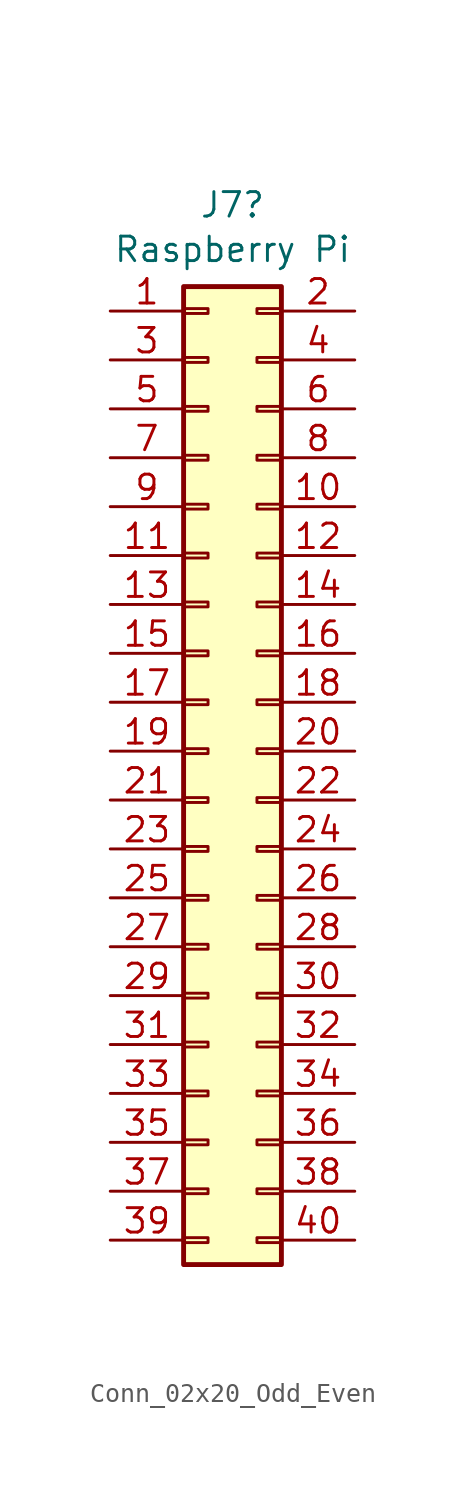
<source format=kicad_sym>
(kicad_symbol_lib
  (version 20241209)
  (generator "kicad_symbol_editor")
  (generator_version "9.0")
  (symbol "Conn_02x20_Odd_Even"
    (pin_names
      (offset 1.016)
      (hide yes))
    (property "Reference" "J7"
      (at 1.27 28.372 0)
      (effects (font (size 1.27 1.27))))
    (property "Value" "Raspberry Pi"
      (at 1.27 26.06 0)
      (effects (font (size 1.27 1.27))))
    (symbol "Conn_02x20_Odd_Even_1_1"
      (rectangle (start -1.27 24.13) (end 3.81 -26.67) (stroke (width 0.254) (type default)) (fill (type background)))
      (rectangle (start -1.27 22.987) (end 0 22.733) (stroke (width 0.152) (type default)) (fill (type none)))
      (rectangle (start -1.27 20.447) (end 0 20.193) (stroke (width 0.152) (type default)) (fill (type none)))
      (rectangle (start -1.27 17.907) (end 0 17.653) (stroke (width 0.152) (type default)) (fill (type none)))
      (rectangle (start -1.27 15.367) (end 0 15.113) (stroke (width 0.152) (type default)) (fill (type none)))
      (rectangle (start -1.27 12.827) (end 0 12.573) (stroke (width 0.152) (type default)) (fill (type none)))
      (rectangle (start -1.27 10.287) (end 0 10.033) (stroke (width 0.152) (type default)) (fill (type none)))
      (rectangle (start -1.27 7.747) (end 0 7.493) (stroke (width 0.152) (type default)) (fill (type none)))
      (rectangle (start -1.27 5.207) (end 0 4.953) (stroke (width 0.152) (type default)) (fill (type none)))
      (rectangle (start -1.27 2.667) (end 0 2.413) (stroke (width 0.152) (type default)) (fill (type none)))
      (rectangle (start -1.27 0.127) (end 0 -0.127) (stroke (width 0.152) (type default)) (fill (type none)))
      (rectangle (start -1.27 -2.413) (end 0 -2.667) (stroke (width 0.152) (type default)) (fill (type none)))
      (rectangle (start -1.27 -4.953) (end 0 -5.207) (stroke (width 0.152) (type default)) (fill (type none)))
      (rectangle (start -1.27 -7.493) (end 0 -7.747) (stroke (width 0.152) (type default)) (fill (type none)))
      (rectangle (start -1.27 -10.033) (end 0 -10.287) (stroke (width 0.152) (type default)) (fill (type none)))
      (rectangle (start -1.27 -12.573) (end 0 -12.827) (stroke (width 0.152) (type default)) (fill (type none)))
      (rectangle (start -1.27 -15.113) (end 0 -15.367) (stroke (width 0.152) (type default)) (fill (type none)))
      (rectangle (start -1.27 -17.653) (end 0 -17.907) (stroke (width 0.152) (type default)) (fill (type none)))
      (rectangle (start -1.27 -20.193) (end 0 -20.447) (stroke (width 0.152) (type default)) (fill (type none)))
      (rectangle (start -1.27 -22.733) (end 0 -22.987) (stroke (width 0.152) (type default)) (fill (type none)))
      (rectangle (start -1.27 -25.273) (end 0 -25.527) (stroke (width 0.152) (type default)) (fill (type none)))
      (rectangle (start 3.81 22.987) (end 2.54 22.733) (stroke (width 0.152) (type default)) (fill (type none)))
      (rectangle (start 3.81 20.447) (end 2.54 20.193) (stroke (width 0.152) (type default)) (fill (type none)))
      (rectangle (start 3.81 17.907) (end 2.54 17.653) (stroke (width 0.152) (type default)) (fill (type none)))
      (rectangle (start 3.81 15.367) (end 2.54 15.113) (stroke (width 0.152) (type default)) (fill (type none)))
      (rectangle (start 3.81 12.827) (end 2.54 12.573) (stroke (width 0.152) (type default)) (fill (type none)))
      (rectangle (start 3.81 10.287) (end 2.54 10.033) (stroke (width 0.152) (type default)) (fill (type none)))
      (rectangle (start 3.81 7.747) (end 2.54 7.493) (stroke (width 0.152) (type default)) (fill (type none)))
      (rectangle (start 3.81 5.207) (end 2.54 4.953) (stroke (width 0.152) (type default)) (fill (type none)))
      (rectangle (start 3.81 2.667) (end 2.54 2.413) (stroke (width 0.152) (type default)) (fill (type none)))
      (rectangle (start 3.81 0.127) (end 2.54 -0.127) (stroke (width 0.152) (type default)) (fill (type none)))
      (rectangle (start 3.81 -2.413) (end 2.54 -2.667) (stroke (width 0.152) (type default)) (fill (type none)))
      (rectangle (start 3.81 -4.953) (end 2.54 -5.207) (stroke (width 0.152) (type default)) (fill (type none)))
      (rectangle (start 3.81 -7.493) (end 2.54 -7.747) (stroke (width 0.152) (type default)) (fill (type none)))
      (rectangle (start 3.81 -10.033) (end 2.54 -10.287) (stroke (width 0.152) (type default)) (fill (type none)))
      (rectangle (start 3.81 -12.573) (end 2.54 -12.827) (stroke (width 0.152) (type default)) (fill (type none)))
      (rectangle (start 3.81 -15.113) (end 2.54 -15.367) (stroke (width 0.152) (type default)) (fill (type none)))
      (rectangle (start 3.81 -17.653) (end 2.54 -17.907) (stroke (width 0.152) (type default)) (fill (type none)))
      (rectangle (start 3.81 -20.193) (end 2.54 -20.447) (stroke (width 0.152) (type default)) (fill (type none)))
      (rectangle (start 3.81 -22.733) (end 2.54 -22.987) (stroke (width 0.152) (type default)) (fill (type none)))
      (rectangle (start 3.81 -25.273) (end 2.54 -25.527) (stroke (width 0.152) (type default)) (fill (type none)))
      (pin passive line (at -5.08 22.86 0) (length 3.81) (name "Pin_1" (effects (font (size 1.27 1.27)))) (number "1" (effects (font (size 1.27 1.27)))))
      (pin passive line (at -5.08 20.32 0) (length 3.81) (name "Pin_3" (effects (font (size 1.27 1.27)))) (number "3" (effects (font (size 1.27 1.27)))))
      (pin passive line (at -5.08 17.78 0) (length 3.81) (name "Pin_5" (effects (font (size 1.27 1.27)))) (number "5" (effects (font (size 1.27 1.27)))))
      (pin passive line (at -5.08 15.24 0) (length 3.81) (name "Pin_7" (effects (font (size 1.27 1.27)))) (number "7" (effects (font (size 1.27 1.27)))))
      (pin passive line (at -5.08 12.7 0) (length 3.81) (name "Pin_9" (effects (font (size 1.27 1.27)))) (number "9" (effects (font (size 1.27 1.27)))))
      (pin passive line (at -5.08 10.16 0) (length 3.81) (name "Pin_11" (effects (font (size 1.27 1.27)))) (number "11" (effects (font (size 1.27 1.27)))))
      (pin passive line (at -5.08 7.62 0) (length 3.81) (name "Pin_13" (effects (font (size 1.27 1.27)))) (number "13" (effects (font (size 1.27 1.27)))))
      (pin passive line (at -5.08 5.08 0) (length 3.81) (name "Pin_15" (effects (font (size 1.27 1.27)))) (number "15" (effects (font (size 1.27 1.27)))))
      (pin power_out line (at -5.08 2.54 0) (length 3.81) (name "Pin_17" (effects (font (size 1.27 1.27)))) (number "17" (effects (font (size 1.27 1.27)))))
      (pin passive line (at -5.08 0 0) (length 3.81) (name "Pin_19" (effects (font (size 1.27 1.27)))) (number "19" (effects (font (size 1.27 1.27)))))
      (pin passive line (at -5.08 -2.54 0) (length 3.81) (name "Pin_21" (effects (font (size 1.27 1.27)))) (number "21" (effects (font (size 1.27 1.27)))))
      (pin passive line (at -5.08 -5.08 0) (length 3.81) (name "Pin_23" (effects (font (size 1.27 1.27)))) (number "23" (effects (font (size 1.27 1.27)))))
      (pin passive line (at -5.08 -7.62 0) (length 3.81) (name "Pin_25" (effects (font (size 1.27 1.27)))) (number "25" (effects (font (size 1.27 1.27)))))
      (pin passive line (at -5.08 -10.16 0) (length 3.81) (name "Pin_27" (effects (font (size 1.27 1.27)))) (number "27" (effects (font (size 1.27 1.27)))))
      (pin passive line (at -5.08 -12.7 0) (length 3.81) (name "Pin_29" (effects (font (size 1.27 1.27)))) (number "29" (effects (font (size 1.27 1.27)))))
      (pin passive line (at -5.08 -15.24 0) (length 3.81) (name "Pin_31" (effects (font (size 1.27 1.27)))) (number "31" (effects (font (size 1.27 1.27)))))
      (pin passive line (at -5.08 -17.78 0) (length 3.81) (name "Pin_33" (effects (font (size 1.27 1.27)))) (number "33" (effects (font (size 1.27 1.27)))))
      (pin passive line (at -5.08 -20.32 0) (length 3.81) (name "Pin_35" (effects (font (size 1.27 1.27)))) (number "35" (effects (font (size 1.27 1.27)))))
      (pin passive line (at -5.08 -22.86 0) (length 3.81) (name "Pin_37" (effects (font (size 1.27 1.27)))) (number "37" (effects (font (size 1.27 1.27)))))
      (pin passive line (at -5.08 -25.4 0) (length 3.81) (name "Pin_39" (effects (font (size 1.27 1.27)))) (number "39" (effects (font (size 1.27 1.27)))))
      (pin passive line (at 7.62 22.86 180) (length 3.81) (name "Pin_2" (effects (font (size 1.27 1.27)))) (number "2" (effects (font (size 1.27 1.27)))))
      (pin passive line (at 7.62 20.32 180) (length 3.81) (name "Pin_4" (effects (font (size 1.27 1.27)))) (number "4" (effects (font (size 1.27 1.27)))))
      (pin passive line (at 7.62 17.78 180) (length 3.81) (name "Pin_6" (effects (font (size 1.27 1.27)))) (number "6" (effects (font (size 1.27 1.27)))))
      (pin passive line (at 7.62 15.24 180) (length 3.81) (name "Pin_8" (effects (font (size 1.27 1.27)))) (number "8" (effects (font (size 1.27 1.27)))))
      (pin passive line (at 7.62 12.7 180) (length 3.81) (name "Pin_10" (effects (font (size 1.27 1.27)))) (number "10" (effects (font (size 1.27 1.27)))))
      (pin passive line (at 7.62 10.16 180) (length 3.81) (name "Pin_12" (effects (font (size 1.27 1.27)))) (number "12" (effects (font (size 1.27 1.27)))))
      (pin passive line (at 7.62 7.62 180) (length 3.81) (name "Pin_14" (effects (font (size 1.27 1.27)))) (number "14" (effects (font (size 1.27 1.27)))))
      (pin passive line (at 7.62 5.08 180) (length 3.81) (name "Pin_16" (effects (font (size 1.27 1.27)))) (number "16" (effects (font (size 1.27 1.27)))))
      (pin passive line (at 7.62 2.54 180) (length 3.81) (name "Pin_18" (effects (font (size 1.27 1.27)))) (number "18" (effects (font (size 1.27 1.27)))))
      (pin passive line (at 7.62 0 180) (length 3.81) (name "Pin_20" (effects (font (size 1.27 1.27)))) (number "20" (effects (font (size 1.27 1.27)))))
      (pin passive line (at 7.62 -2.54 180) (length 3.81) (name "Pin_22" (effects (font (size 1.27 1.27)))) (number "22" (effects (font (size 1.27 1.27)))))
      (pin passive line (at 7.62 -5.08 180) (length 3.81) (name "Pin_24" (effects (font (size 1.27 1.27)))) (number "24" (effects (font (size 1.27 1.27)))))
      (pin passive line (at 7.62 -7.62 180) (length 3.81) (name "Pin_26" (effects (font (size 1.27 1.27)))) (number "26" (effects (font (size 1.27 1.27)))))
      (pin passive line (at 7.62 -10.16 180) (length 3.81) (name "Pin_28" (effects (font (size 1.27 1.27)))) (number "28" (effects (font (size 1.27 1.27)))))
      (pin passive line (at 7.62 -12.7 180) (length 3.81) (name "Pin_30" (effects (font (size 1.27 1.27)))) (number "30" (effects (font (size 1.27 1.27)))))
      (pin passive line (at 7.62 -15.24 180) (length 3.81) (name "Pin_32" (effects (font (size 1.27 1.27)))) (number "32" (effects (font (size 1.27 1.27)))))
      (pin passive line (at 7.62 -17.78 180) (length 3.81) (name "Pin_34" (effects (font (size 1.27 1.27)))) (number "34" (effects (font (size 1.27 1.27)))))
      (pin passive line (at 7.62 -20.32 180) (length 3.81) (name "Pin_36" (effects (font (size 1.27 1.27)))) (number "36" (effects (font (size 1.27 1.27)))))
      (pin passive line (at 7.62 -22.86 180) (length 3.81) (name "Pin_38" (effects (font (size 1.27 1.27)))) (number "38" (effects (font (size 1.27 1.27)))))
      (pin passive line (at 7.62 -25.4 180) (length 3.81) (name "Pin_40" (effects (font (size 1.27 1.27)))) (number "40" (effects (font (size 1.27 1.27))))))))
</source>
